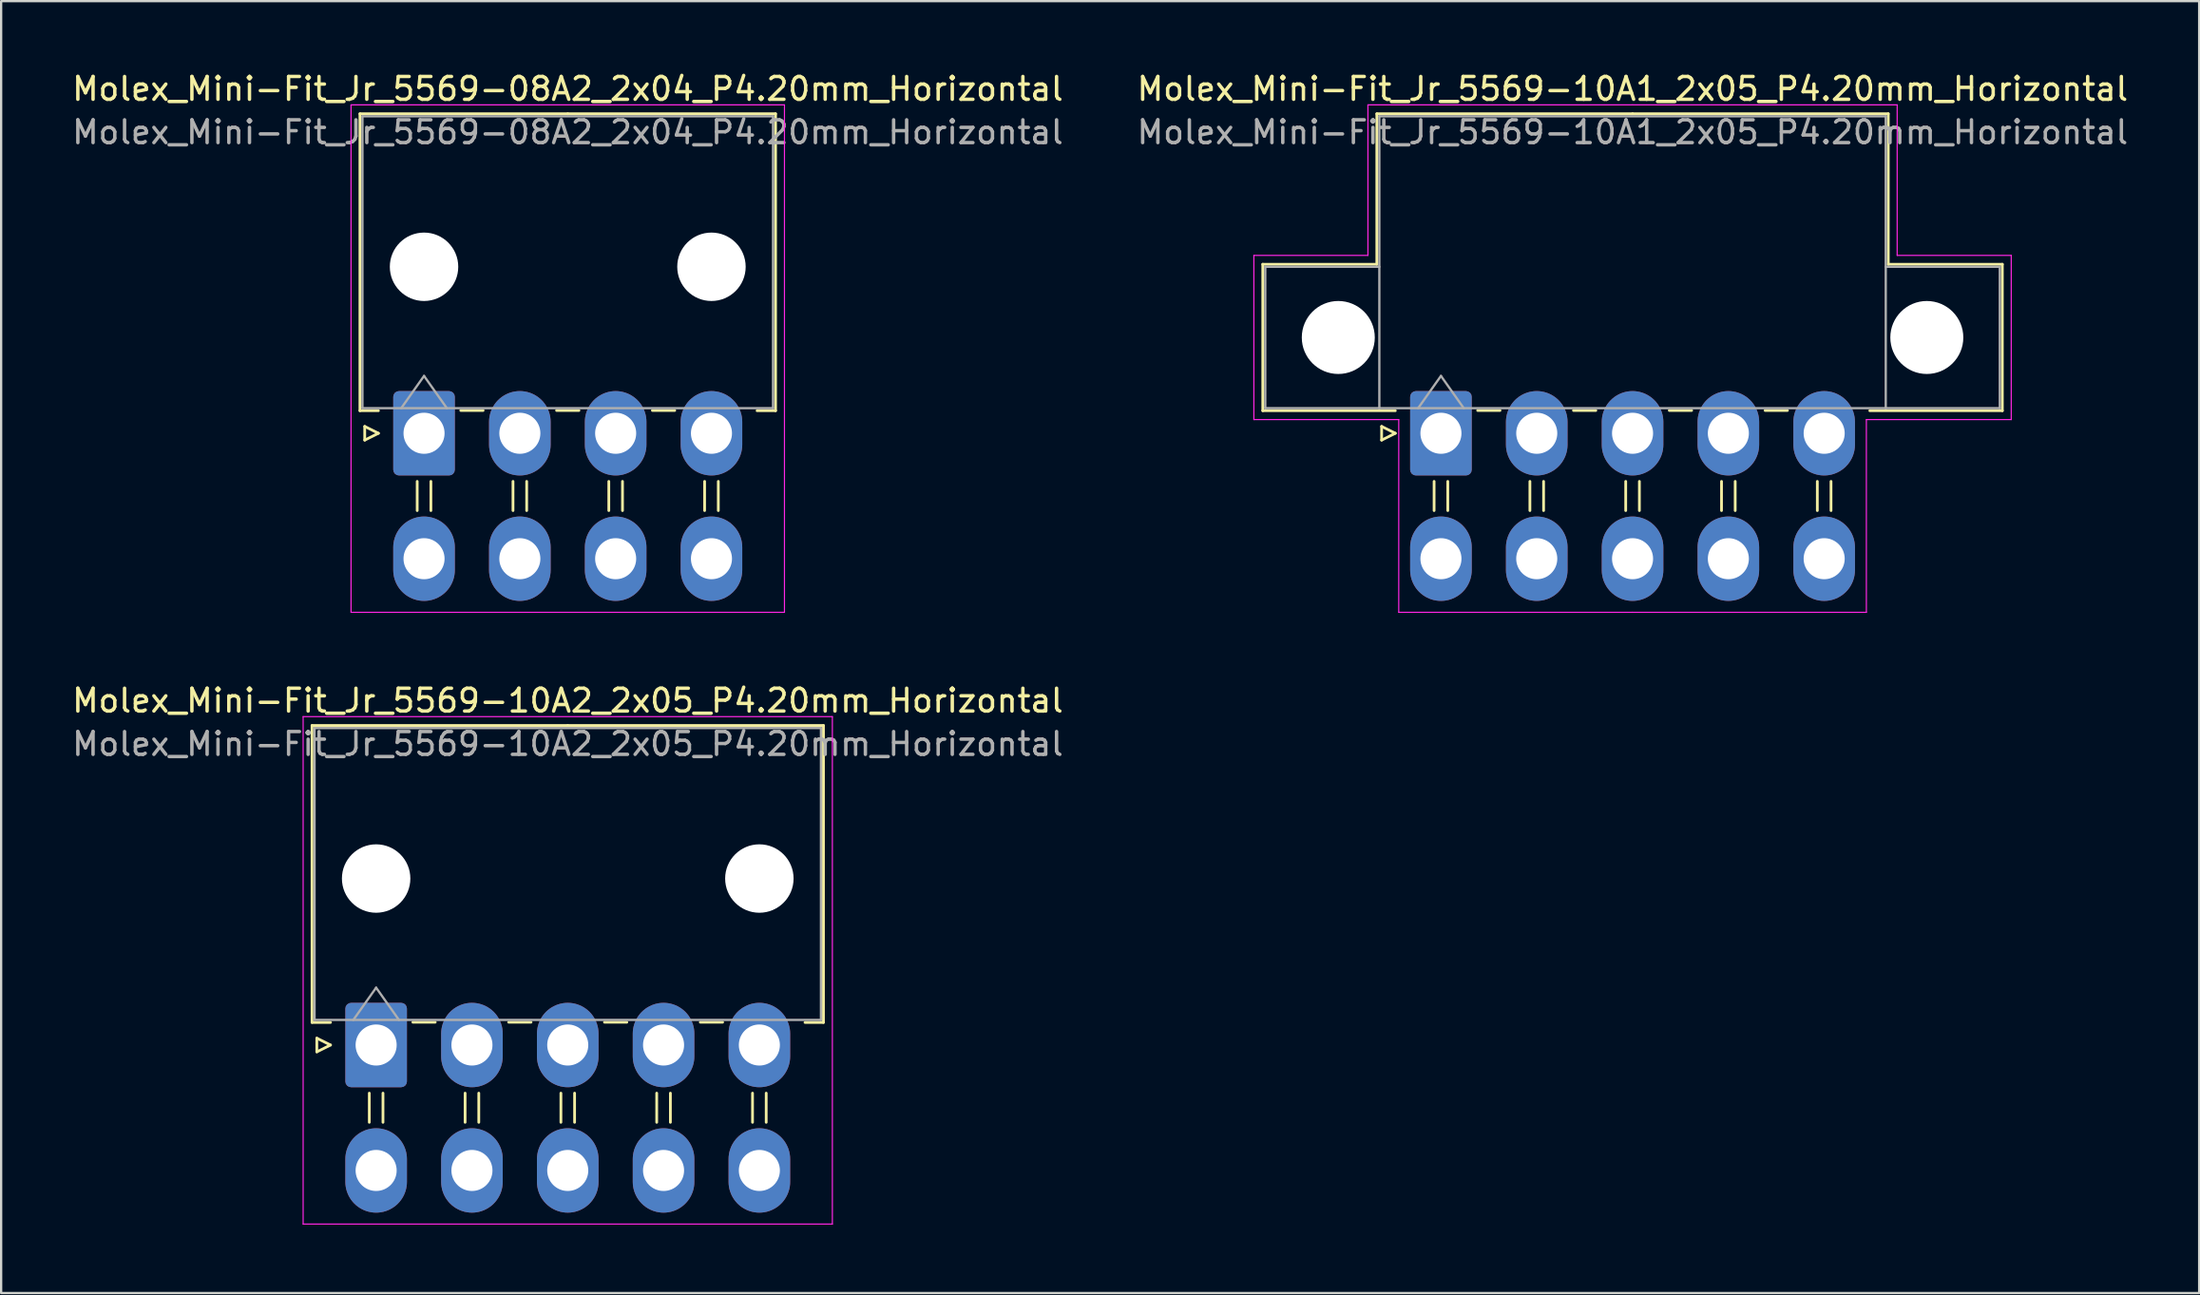
<source format=kicad_pcb>
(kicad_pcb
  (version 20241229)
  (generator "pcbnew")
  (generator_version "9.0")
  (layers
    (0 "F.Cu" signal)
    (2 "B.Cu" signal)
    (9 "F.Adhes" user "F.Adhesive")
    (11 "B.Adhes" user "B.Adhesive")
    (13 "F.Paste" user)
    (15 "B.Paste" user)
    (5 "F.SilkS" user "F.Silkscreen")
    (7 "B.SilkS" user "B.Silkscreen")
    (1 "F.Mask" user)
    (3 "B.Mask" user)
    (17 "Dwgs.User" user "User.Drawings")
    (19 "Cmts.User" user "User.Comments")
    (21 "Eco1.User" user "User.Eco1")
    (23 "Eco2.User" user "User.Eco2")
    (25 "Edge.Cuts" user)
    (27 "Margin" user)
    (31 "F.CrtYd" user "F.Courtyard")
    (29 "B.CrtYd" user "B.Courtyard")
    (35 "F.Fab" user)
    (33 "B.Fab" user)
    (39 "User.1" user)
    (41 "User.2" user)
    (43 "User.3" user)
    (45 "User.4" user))
  (footprint "Molex_Mini-Fit_Jr_5569-08A2_2x04_P4.20mm_Horizontal"
    (layer "F.Cu")
    (at 15.539 15.948)
    (property "Reference" "Molex_Mini-Fit_Jr_5569-08A2_2x04_P4.20mm_Horizontal" (at 6.3 -15.1 0) (layer "F.SilkS") (effects (font (size 1 1) (thickness 0.15))))
    (attr through_hole)
    (fp_line (start -2.81 -14.01) (end 6.3 -14.01) (stroke (width 0.12) (type solid)) (layer "F.SilkS"))
    (fp_line (start -2.81 -0.99) (end -2.81 -14.01) (stroke (width 0.12) (type solid)) (layer "F.SilkS"))
    (fp_line (start -2.6 -0.3) (end -2 0) (stroke (width 0.12) (type solid)) (layer "F.SilkS"))
    (fp_line (start -2.6 0.3) (end -2.6 -0.3) (stroke (width 0.12) (type solid)) (layer "F.SilkS"))
    (fp_line (start -2 -0.99) (end -2.81 -0.99) (stroke (width 0.12) (type solid)) (layer "F.SilkS"))
    (fp_line (start -2 0) (end -2.6 0.3) (stroke (width 0.12) (type solid)) (layer "F.SilkS"))
    (fp_line (start -0.3 2.11) (end -0.3 3.39) (stroke (width 0.12) (type solid)) (layer "F.SilkS"))
    (fp_line (start 0.3 2.11) (end 0.3 3.39) (stroke (width 0.12) (type solid)) (layer "F.SilkS"))
    (fp_line (start 1.61 -1) (end 2.59 -1) (stroke (width 0.12) (type solid)) (layer "F.SilkS"))
    (fp_line (start 3.9 2.11) (end 3.9 3.39) (stroke (width 0.12) (type solid)) (layer "F.SilkS"))
    (fp_line (start 4.5 2.11) (end 4.5 3.39) (stroke (width 0.12) (type solid)) (layer "F.SilkS"))
    (fp_line (start 5.81 -1) (end 6.79 -1) (stroke (width 0.12) (type solid)) (layer "F.SilkS"))
    (fp_line (start 8.1 2.11) (end 8.1 3.39) (stroke (width 0.12) (type solid)) (layer "F.SilkS"))
    (fp_line (start 8.7 2.11) (end 8.7 3.39) (stroke (width 0.12) (type solid)) (layer "F.SilkS"))
    (fp_line (start 10.01 -1) (end 10.99 -1) (stroke (width 0.12) (type solid)) (layer "F.SilkS"))
    (fp_line (start 12.3 2.11) (end 12.3 3.39) (stroke (width 0.12) (type solid)) (layer "F.SilkS"))
    (fp_line (start 12.9 2.11) (end 12.9 3.39) (stroke (width 0.12) (type solid)) (layer "F.SilkS"))
    (fp_line (start 14.6 -0.99) (end 15.41 -0.99) (stroke (width 0.12) (type solid)) (layer "F.SilkS"))
    (fp_line (start 15.41 -14.01) (end 6.3 -14.01) (stroke (width 0.12) (type solid)) (layer "F.SilkS"))
    (fp_line (start 15.41 -0.99) (end 15.41 -14.01) (stroke (width 0.12) (type solid)) (layer "F.SilkS"))
    (fp_line (start -3.2 -14.4) (end -3.2 7.85) (stroke (width 0.05) (type solid)) (layer "F.CrtYd"))
    (fp_line (start -3.2 7.85) (end 15.8 7.85) (stroke (width 0.05) (type solid)) (layer "F.CrtYd"))
    (fp_line (start 15.8 -14.4) (end -3.2 -14.4) (stroke (width 0.05) (type solid)) (layer "F.CrtYd"))
    (fp_line (start 15.8 7.85) (end 15.8 -14.4) (stroke (width 0.05) (type solid)) (layer "F.CrtYd"))
    (fp_line (start -2.7 -13.9) (end -2.7 -1.1) (stroke (width 0.1) (type solid)) (layer "F.Fab"))
    (fp_line (start -2.7 -1.1) (end 15.3 -1.1) (stroke (width 0.1) (type solid)) (layer "F.Fab"))
    (fp_line (start -1 -1.1) (end 0 -2.514) (stroke (width 0.1) (type solid)) (layer "F.Fab"))
    (fp_line (start 0 -2.514) (end 1 -1.1) (stroke (width 0.1) (type solid)) (layer "F.Fab"))
    (fp_line (start 15.3 -13.9) (end -2.7 -13.9) (stroke (width 0.1) (type solid)) (layer "F.Fab"))
    (fp_line (start 15.3 -1.1) (end 15.3 -13.9) (stroke (width 0.1) (type solid)) (layer "F.Fab"))
    (fp_text user "${REFERENCE}" (at 6.3 -13.2 0) (layer "F.Fab") (effects (font (size 1 1) (thickness 0.15))))
    (pad "" np_thru_hole circle (at 0 -7.3) (size 3 3) (drill 3) (layers "*.Cu" "*.Mask"))
    (pad "" np_thru_hole circle (at 12.6 -7.3) (size 3 3) (drill 3) (layers "*.Cu" "*.Mask"))
    (pad "1" thru_hole roundrect (at 0 0) (size 2.7 3.7) (drill 1.8) (layers "*.Cu" "*.Mask") (roundrect_rratio 0.093))
    (pad "2" thru_hole oval (at 4.2 0) (size 2.7 3.7) (drill 1.8) (layers "*.Cu" "*.Mask"))
    (pad "3" thru_hole oval (at 8.4 0) (size 2.7 3.7) (drill 1.8) (layers "*.Cu" "*.Mask"))
    (pad "4" thru_hole oval (at 12.6 0) (size 2.7 3.7) (drill 1.8) (layers "*.Cu" "*.Mask"))
    (pad "5" thru_hole oval (at 0 5.5) (size 2.7 3.7) (drill 1.8) (layers "*.Cu" "*.Mask"))
    (pad "6" thru_hole oval (at 4.2 5.5) (size 2.7 3.7) (drill 1.8) (layers "*.Cu" "*.Mask"))
    (pad "7" thru_hole oval (at 8.4 5.5) (size 2.7 3.7) (drill 1.8) (layers "*.Cu" "*.Mask"))
    (pad "8" thru_hole oval (at 12.6 5.5) (size 2.7 3.7) (drill 1.8) (layers "*.Cu" "*.Mask")))
  (footprint "Molex_Mini-Fit_Jr_5569-10A1_2x05_P4.20mm_Horizontal"
    (layer "F.Cu")
    (at 60.118 15.948)
    (property "Reference" "Molex_Mini-Fit_Jr_5569-10A1_2x05_P4.20mm_Horizontal" (at 8.4 -15.1 0) (layer "F.SilkS") (effects (font (size 1 1) (thickness 0.15))))
    (attr through_hole)
    (fp_line (start -7.81 -7.41) (end -7.81 -0.99) (stroke (width 0.12) (type solid)) (layer "F.SilkS"))
    (fp_line (start -7.81 -0.99) (end -2 -0.99) (stroke (width 0.12) (type solid)) (layer "F.SilkS"))
    (fp_line (start -2.81 -14.01) (end -2.81 -7.41) (stroke (width 0.12) (type solid)) (layer "F.SilkS"))
    (fp_line (start -2.81 -7.41) (end -7.81 -7.41) (stroke (width 0.12) (type solid)) (layer "F.SilkS"))
    (fp_line (start -2.6 -0.3) (end -2 0) (stroke (width 0.12) (type solid)) (layer "F.SilkS"))
    (fp_line (start -2.6 0.3) (end -2.6 -0.3) (stroke (width 0.12) (type solid)) (layer "F.SilkS"))
    (fp_line (start -2 0) (end -2.6 0.3) (stroke (width 0.12) (type solid)) (layer "F.SilkS"))
    (fp_line (start -0.3 2.11) (end -0.3 3.39) (stroke (width 0.12) (type solid)) (layer "F.SilkS"))
    (fp_line (start 0.3 2.11) (end 0.3 3.39) (stroke (width 0.12) (type solid)) (layer "F.SilkS"))
    (fp_line (start 1.61 -1) (end 2.59 -1) (stroke (width 0.12) (type solid)) (layer "F.SilkS"))
    (fp_line (start 3.9 2.11) (end 3.9 3.39) (stroke (width 0.12) (type solid)) (layer "F.SilkS"))
    (fp_line (start 4.5 2.11) (end 4.5 3.39) (stroke (width 0.12) (type solid)) (layer "F.SilkS"))
    (fp_line (start 5.81 -1) (end 6.79 -1) (stroke (width 0.12) (type solid)) (layer "F.SilkS"))
    (fp_line (start 8.1 2.11) (end 8.1 3.39) (stroke (width 0.12) (type solid)) (layer "F.SilkS"))
    (fp_line (start 8.4 -14.01) (end -2.81 -14.01) (stroke (width 0.12) (type solid)) (layer "F.SilkS"))
    (fp_line (start 8.4 -14.01) (end 19.61 -14.01) (stroke (width 0.12) (type solid)) (layer "F.SilkS"))
    (fp_line (start 8.7 2.11) (end 8.7 3.39) (stroke (width 0.12) (type solid)) (layer "F.SilkS"))
    (fp_line (start 10.01 -1) (end 10.99 -1) (stroke (width 0.12) (type solid)) (layer "F.SilkS"))
    (fp_line (start 12.3 2.11) (end 12.3 3.39) (stroke (width 0.12) (type solid)) (layer "F.SilkS"))
    (fp_line (start 12.9 2.11) (end 12.9 3.39) (stroke (width 0.12) (type solid)) (layer "F.SilkS"))
    (fp_line (start 14.21 -1) (end 15.19 -1) (stroke (width 0.12) (type solid)) (layer "F.SilkS"))
    (fp_line (start 16.5 2.11) (end 16.5 3.39) (stroke (width 0.12) (type solid)) (layer "F.SilkS"))
    (fp_line (start 17.1 2.11) (end 17.1 3.39) (stroke (width 0.12) (type solid)) (layer "F.SilkS"))
    (fp_line (start 19.61 -14.01) (end 19.61 -7.41) (stroke (width 0.12) (type solid)) (layer "F.SilkS"))
    (fp_line (start 19.61 -7.41) (end 24.61 -7.41) (stroke (width 0.12) (type solid)) (layer "F.SilkS"))
    (fp_line (start 24.61 -7.41) (end 24.61 -0.99) (stroke (width 0.12) (type solid)) (layer "F.SilkS"))
    (fp_line (start 24.61 -0.99) (end 18.8 -0.99) (stroke (width 0.12) (type solid)) (layer "F.SilkS"))
    (fp_line (start -8.2 -7.8) (end -8.2 -0.6) (stroke (width 0.05) (type solid)) (layer "F.CrtYd"))
    (fp_line (start -8.2 -0.6) (end -1.85 -0.6) (stroke (width 0.05) (type solid)) (layer "F.CrtYd"))
    (fp_line (start -3.2 -14.4) (end -3.2 -7.8) (stroke (width 0.05) (type solid)) (layer "F.CrtYd"))
    (fp_line (start -3.2 -7.8) (end -8.2 -7.8) (stroke (width 0.05) (type solid)) (layer "F.CrtYd"))
    (fp_line (start -1.85 -0.6) (end -1.85 7.85) (stroke (width 0.05) (type solid)) (layer "F.CrtYd"))
    (fp_line (start -1.85 7.85) (end 8.4 7.85) (stroke (width 0.05) (type solid)) (layer "F.CrtYd"))
    (fp_line (start 8.4 -14.4) (end -3.2 -14.4) (stroke (width 0.05) (type solid)) (layer "F.CrtYd"))
    (fp_line (start 8.4 -14.4) (end 20 -14.4) (stroke (width 0.05) (type solid)) (layer "F.CrtYd"))
    (fp_line (start 18.65 -0.6) (end 18.65 7.85) (stroke (width 0.05) (type solid)) (layer "F.CrtYd"))
    (fp_line (start 18.65 7.85) (end 8.4 7.85) (stroke (width 0.05) (type solid)) (layer "F.CrtYd"))
    (fp_line (start 20 -14.4) (end 20 -7.8) (stroke (width 0.05) (type solid)) (layer "F.CrtYd"))
    (fp_line (start 20 -7.8) (end 25 -7.8) (stroke (width 0.05) (type solid)) (layer "F.CrtYd"))
    (fp_line (start 25 -7.8) (end 25 -0.6) (stroke (width 0.05) (type solid)) (layer "F.CrtYd"))
    (fp_line (start 25 -0.6) (end 18.65 -0.6) (stroke (width 0.05) (type solid)) (layer "F.CrtYd"))
    (fp_line (start -7.7 -7.3) (end -7.7 -1.1) (stroke (width 0.1) (type solid)) (layer "F.Fab"))
    (fp_line (start -7.7 -1.1) (end -2.7 -1.1) (stroke (width 0.1) (type solid)) (layer "F.Fab"))
    (fp_line (start -2.7 -13.9) (end -2.7 -1.1) (stroke (width 0.1) (type solid)) (layer "F.Fab"))
    (fp_line (start -2.7 -7.3) (end -7.7 -7.3) (stroke (width 0.1) (type solid)) (layer "F.Fab"))
    (fp_line (start -2.7 -1.1) (end 19.5 -1.1) (stroke (width 0.1) (type solid)) (layer "F.Fab"))
    (fp_line (start -1 -1.1) (end 0 -2.514) (stroke (width 0.1) (type solid)) (layer "F.Fab"))
    (fp_line (start 0 -2.514) (end 1 -1.1) (stroke (width 0.1) (type solid)) (layer "F.Fab"))
    (fp_line (start 19.5 -13.9) (end -2.7 -13.9) (stroke (width 0.1) (type solid)) (layer "F.Fab"))
    (fp_line (start 19.5 -7.3) (end 24.5 -7.3) (stroke (width 0.1) (type solid)) (layer "F.Fab"))
    (fp_line (start 19.5 -1.1) (end 19.5 -13.9) (stroke (width 0.1) (type solid)) (layer "F.Fab"))
    (fp_line (start 24.5 -7.3) (end 24.5 -1.1) (stroke (width 0.1) (type solid)) (layer "F.Fab"))
    (fp_line (start 24.5 -1.1) (end 19.5 -1.1) (stroke (width 0.1) (type solid)) (layer "F.Fab"))
    (fp_text user "${REFERENCE}" (at 8.4 -13.2 0) (layer "F.Fab") (effects (font (size 1 1) (thickness 0.15))))
    (pad "" np_thru_hole circle (at -4.5 -4.2) (size 3.2 3.2) (drill 3.2) (layers "*.Cu" "*.Mask"))
    (pad "" np_thru_hole circle (at 21.3 -4.2) (size 3.2 3.2) (drill 3.2) (layers "*.Cu" "*.Mask"))
    (pad "1" thru_hole roundrect (at 0 0) (size 2.7 3.7) (drill 1.8) (layers "*.Cu" "*.Mask") (roundrect_rratio 0.093))
    (pad "2" thru_hole oval (at 4.2 0) (size 2.7 3.7) (drill 1.8) (layers "*.Cu" "*.Mask"))
    (pad "3" thru_hole oval (at 8.4 0) (size 2.7 3.7) (drill 1.8) (layers "*.Cu" "*.Mask"))
    (pad "4" thru_hole oval (at 12.6 0) (size 2.7 3.7) (drill 1.8) (layers "*.Cu" "*.Mask"))
    (pad "5" thru_hole oval (at 16.8 0) (size 2.7 3.7) (drill 1.8) (layers "*.Cu" "*.Mask"))
    (pad "6" thru_hole oval (at 0 5.5) (size 2.7 3.7) (drill 1.8) (layers "*.Cu" "*.Mask"))
    (pad "7" thru_hole oval (at 4.2 5.5) (size 2.7 3.7) (drill 1.8) (layers "*.Cu" "*.Mask"))
    (pad "8" thru_hole oval (at 8.4 5.5) (size 2.7 3.7) (drill 1.8) (layers "*.Cu" "*.Mask"))
    (pad "9" thru_hole oval (at 12.6 5.5) (size 2.7 3.7) (drill 1.8) (layers "*.Cu" "*.Mask"))
    (pad "10" thru_hole oval (at 16.8 5.5) (size 2.7 3.7) (drill 1.8) (layers "*.Cu" "*.Mask")))
  (footprint "Molex_Mini-Fit_Jr_5569-10A2_2x05_P4.20mm_Horizontal"
    (layer "F.Cu")
    (at 13.439 42.772)
    (property "Reference" "Molex_Mini-Fit_Jr_5569-10A2_2x05_P4.20mm_Horizontal" (at 8.4 -15.1 0) (layer "F.SilkS") (effects (font (size 1 1) (thickness 0.15))))
    (attr through_hole)
    (fp_line (start -2.81 -14.01) (end 8.4 -14.01) (stroke (width 0.12) (type solid)) (layer "F.SilkS"))
    (fp_line (start -2.81 -0.99) (end -2.81 -14.01) (stroke (width 0.12) (type solid)) (layer "F.SilkS"))
    (fp_line (start -2.6 -0.3) (end -2 0) (stroke (width 0.12) (type solid)) (layer "F.SilkS"))
    (fp_line (start -2.6 0.3) (end -2.6 -0.3) (stroke (width 0.12) (type solid)) (layer "F.SilkS"))
    (fp_line (start -2 -0.99) (end -2.81 -0.99) (stroke (width 0.12) (type solid)) (layer "F.SilkS"))
    (fp_line (start -2 0) (end -2.6 0.3) (stroke (width 0.12) (type solid)) (layer "F.SilkS"))
    (fp_line (start -0.3 2.11) (end -0.3 3.39) (stroke (width 0.12) (type solid)) (layer "F.SilkS"))
    (fp_line (start 0.3 2.11) (end 0.3 3.39) (stroke (width 0.12) (type solid)) (layer "F.SilkS"))
    (fp_line (start 1.61 -1) (end 2.59 -1) (stroke (width 0.12) (type solid)) (layer "F.SilkS"))
    (fp_line (start 3.9 2.11) (end 3.9 3.39) (stroke (width 0.12) (type solid)) (layer "F.SilkS"))
    (fp_line (start 4.5 2.11) (end 4.5 3.39) (stroke (width 0.12) (type solid)) (layer "F.SilkS"))
    (fp_line (start 5.81 -1) (end 6.79 -1) (stroke (width 0.12) (type solid)) (layer "F.SilkS"))
    (fp_line (start 8.1 2.11) (end 8.1 3.39) (stroke (width 0.12) (type solid)) (layer "F.SilkS"))
    (fp_line (start 8.7 2.11) (end 8.7 3.39) (stroke (width 0.12) (type solid)) (layer "F.SilkS"))
    (fp_line (start 10.01 -1) (end 10.99 -1) (stroke (width 0.12) (type solid)) (layer "F.SilkS"))
    (fp_line (start 12.3 2.11) (end 12.3 3.39) (stroke (width 0.12) (type solid)) (layer "F.SilkS"))
    (fp_line (start 12.9 2.11) (end 12.9 3.39) (stroke (width 0.12) (type solid)) (layer "F.SilkS"))
    (fp_line (start 14.21 -1) (end 15.19 -1) (stroke (width 0.12) (type solid)) (layer "F.SilkS"))
    (fp_line (start 16.5 2.11) (end 16.5 3.39) (stroke (width 0.12) (type solid)) (layer "F.SilkS"))
    (fp_line (start 17.1 2.11) (end 17.1 3.39) (stroke (width 0.12) (type solid)) (layer "F.SilkS"))
    (fp_line (start 18.8 -0.99) (end 19.61 -0.99) (stroke (width 0.12) (type solid)) (layer "F.SilkS"))
    (fp_line (start 19.61 -14.01) (end 8.4 -14.01) (stroke (width 0.12) (type solid)) (layer "F.SilkS"))
    (fp_line (start 19.61 -0.99) (end 19.61 -14.01) (stroke (width 0.12) (type solid)) (layer "F.SilkS"))
    (fp_line (start -3.2 -14.4) (end -3.2 7.85) (stroke (width 0.05) (type solid)) (layer "F.CrtYd"))
    (fp_line (start -3.2 7.85) (end 20 7.85) (stroke (width 0.05) (type solid)) (layer "F.CrtYd"))
    (fp_line (start 20 -14.4) (end -3.2 -14.4) (stroke (width 0.05) (type solid)) (layer "F.CrtYd"))
    (fp_line (start 20 7.85) (end 20 -14.4) (stroke (width 0.05) (type solid)) (layer "F.CrtYd"))
    (fp_line (start -2.7 -13.9) (end -2.7 -1.1) (stroke (width 0.1) (type solid)) (layer "F.Fab"))
    (fp_line (start -2.7 -1.1) (end 19.5 -1.1) (stroke (width 0.1) (type solid)) (layer "F.Fab"))
    (fp_line (start -1 -1.1) (end 0 -2.514) (stroke (width 0.1) (type solid)) (layer "F.Fab"))
    (fp_line (start 0 -2.514) (end 1 -1.1) (stroke (width 0.1) (type solid)) (layer "F.Fab"))
    (fp_line (start 19.5 -13.9) (end -2.7 -13.9) (stroke (width 0.1) (type solid)) (layer "F.Fab"))
    (fp_line (start 19.5 -1.1) (end 19.5 -13.9) (stroke (width 0.1) (type solid)) (layer "F.Fab"))
    (fp_text user "${REFERENCE}" (at 8.4 -13.2 0) (layer "F.Fab") (effects (font (size 1 1) (thickness 0.15))))
    (pad "" np_thru_hole circle (at 0 -7.3) (size 3 3) (drill 3) (layers "*.Cu" "*.Mask"))
    (pad "" np_thru_hole circle (at 16.8 -7.3) (size 3 3) (drill 3) (layers "*.Cu" "*.Mask"))
    (pad "1" thru_hole roundrect (at 0 0) (size 2.7 3.7) (drill 1.8) (layers "*.Cu" "*.Mask") (roundrect_rratio 0.093))
    (pad "2" thru_hole oval (at 4.2 0) (size 2.7 3.7) (drill 1.8) (layers "*.Cu" "*.Mask"))
    (pad "3" thru_hole oval (at 8.4 0) (size 2.7 3.7) (drill 1.8) (layers "*.Cu" "*.Mask"))
    (pad "4" thru_hole oval (at 12.6 0) (size 2.7 3.7) (drill 1.8) (layers "*.Cu" "*.Mask"))
    (pad "5" thru_hole oval (at 16.8 0) (size 2.7 3.7) (drill 1.8) (layers "*.Cu" "*.Mask"))
    (pad "6" thru_hole oval (at 0 5.5) (size 2.7 3.7) (drill 1.8) (layers "*.Cu" "*.Mask"))
    (pad "7" thru_hole oval (at 4.2 5.5) (size 2.7 3.7) (drill 1.8) (layers "*.Cu" "*.Mask"))
    (pad "8" thru_hole oval (at 8.4 5.5) (size 2.7 3.7) (drill 1.8) (layers "*.Cu" "*.Mask"))
    (pad "9" thru_hole oval (at 12.6 5.5) (size 2.7 3.7) (drill 1.8) (layers "*.Cu" "*.Mask"))
    (pad "10" thru_hole oval (at 16.8 5.5) (size 2.7 3.7) (drill 1.8) (layers "*.Cu" "*.Mask")))
  (gr_rect
    (start -3 -3)
    (end 93.357 53.647)
    (stroke (width 0.1) (type default))
    (fill no)
    (layer "Edge.Cuts")))
</source>
